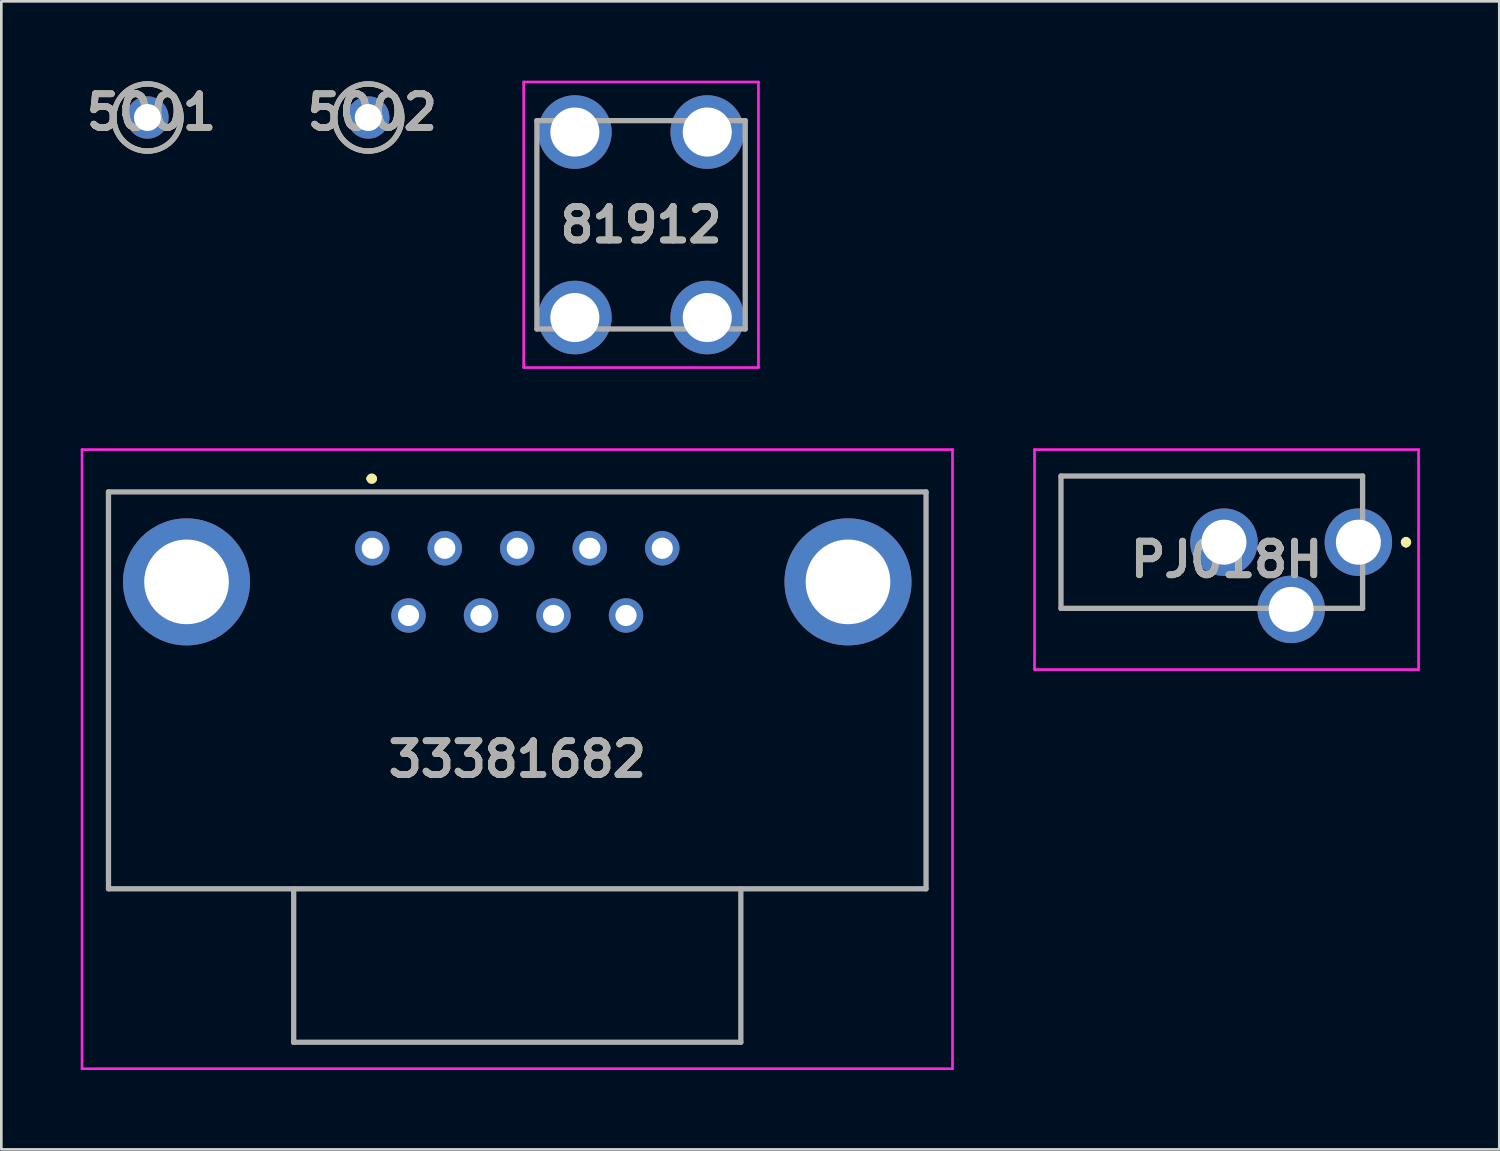
<source format=kicad_pcb>
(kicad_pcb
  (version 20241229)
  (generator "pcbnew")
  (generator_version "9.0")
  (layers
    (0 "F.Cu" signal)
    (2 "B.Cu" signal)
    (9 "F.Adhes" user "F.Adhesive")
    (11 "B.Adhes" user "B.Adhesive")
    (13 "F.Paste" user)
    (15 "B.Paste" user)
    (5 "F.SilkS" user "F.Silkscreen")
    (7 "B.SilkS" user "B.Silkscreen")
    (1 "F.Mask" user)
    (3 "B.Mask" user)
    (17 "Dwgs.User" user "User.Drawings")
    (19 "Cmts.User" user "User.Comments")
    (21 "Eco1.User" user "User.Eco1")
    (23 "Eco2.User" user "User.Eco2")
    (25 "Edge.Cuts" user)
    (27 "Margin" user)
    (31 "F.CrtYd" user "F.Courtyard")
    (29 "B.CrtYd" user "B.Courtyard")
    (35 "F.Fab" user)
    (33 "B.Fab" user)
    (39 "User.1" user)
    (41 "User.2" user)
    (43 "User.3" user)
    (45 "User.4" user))
  (footprint "PJ018H"
    (layer "F.Cu")
    (at 48.29 17.442)
    (property "Reference" "PJ018H" (at -4.982 0.657 0) (layer "F.SilkS") (effects (font (size 1.27 1.27) (thickness 0.254))))
    (attr through_hole)
    (fp_line (start -11.24 -2.5) (end -11.24 2.54) (stroke (width 0.1) (type solid)) (layer "F.SilkS"))
    (fp_line (start -11.24 2.54) (end -4.24 2.5) (stroke (width 0.1) (type solid)) (layer "F.SilkS"))
    (fp_line (start 0.16 -2.5) (end -11.24 -2.5) (stroke (width 0.1) (type solid)) (layer "F.SilkS"))
    (fp_line (start 0.16 -2) (end 0.16 -2.5) (stroke (width 0.1) (type solid)) (layer "F.SilkS"))
    (fp_line (start 0.16 2) (end 0.16 2.5) (stroke (width 0.1) (type solid)) (layer "F.SilkS"))
    (fp_line (start 0.16 2.5) (end -0.74 2.5) (stroke (width 0.1) (type solid)) (layer "F.SilkS"))
    (fp_line (start 1.8 -0.1) (end 1.8 -0.1) (stroke (width 0.2) (type solid)) (layer "F.SilkS"))
    (fp_line (start 1.8 0.1) (end 1.8 0.1) (stroke (width 0.2) (type solid)) (layer "F.SilkS"))
    (fp_arc (start 1.8 -0.1) (mid 1.9 0) (end 1.8 0.1) (stroke (width 0.2) (type solid)) (layer "F.SilkS"))
    (fp_arc (start 1.8 0.1) (mid 1.7 0) (end 1.8 -0.1) (stroke (width 0.2) (type solid)) (layer "F.SilkS"))
    (fp_line (start -12.24 -3.5) (end 2.275 -3.5) (stroke (width 0.1) (type solid)) (layer "F.CrtYd"))
    (fp_line (start -12.24 4.815) (end -12.24 -3.5) (stroke (width 0.1) (type solid)) (layer "F.CrtYd"))
    (fp_line (start 2.275 -3.5) (end 2.275 4.815) (stroke (width 0.1) (type solid)) (layer "F.CrtYd"))
    (fp_line (start 2.275 4.815) (end -12.24 4.815) (stroke (width 0.1) (type solid)) (layer "F.CrtYd"))
    (fp_line (start -11.24 -2.5) (end 0.16 -2.5) (stroke (width 0.2) (type solid)) (layer "F.Fab"))
    (fp_line (start -11.24 2.5) (end -11.24 -2.5) (stroke (width 0.2) (type solid)) (layer "F.Fab"))
    (fp_line (start 0.16 -2.5) (end 0.16 2.5) (stroke (width 0.2) (type solid)) (layer "F.Fab"))
    (fp_line (start 0.16 2.5) (end -11.24 2.5) (stroke (width 0.2) (type solid)) (layer "F.Fab"))
    (fp_text user "${REFERENCE}" (at -4.982 0.657 0) (layer "F.Fab") (effects (font (size 1.27 1.27) (thickness 0.254))))
    (pad "1" thru_hole circle (at 0 0) (size 2.55 2.55) (drill 1.7) (layers "*.Cu" "*.Mask"))
    (pad "2" thru_hole circle (at -5.08 0) (size 2.55 2.55) (drill 1.7) (layers "*.Cu" "*.Mask"))
    (pad "3" thru_hole circle (at -2.54 2.54) (size 2.55 2.55) (drill 1.7) (layers "*.Cu" "*.Mask")))
  (footprint "81912"
    (layer "F.Cu")
    (at 18.677 1.941)
    (property "Reference" "81912" (at 2.502 3.505 0) (layer "F.SilkS") (effects (font (size 1.27 1.27) (thickness 0.254))))
    (attr through_hole)
    (fp_line (start -1.435 1.505) (end -1.435 5.505) (stroke (width 0.1) (type solid)) (layer "F.SilkS"))
    (fp_line (start 2.002 -0.432) (end 3.002 -0.432) (stroke (width 0.1) (type solid)) (layer "F.SilkS"))
    (fp_line (start 2.002 7.442) (end 3.002 7.442) (stroke (width 0.1) (type solid)) (layer "F.SilkS"))
    (fp_line (start 6.439 1.505) (end 6.439 5.505) (stroke (width 0.1) (type solid)) (layer "F.SilkS"))
    (fp_line (start -1.935 -1.891) (end 6.939 -1.891) (stroke (width 0.1) (type solid)) (layer "F.CrtYd"))
    (fp_line (start -1.935 8.901) (end -1.935 -1.891) (stroke (width 0.1) (type solid)) (layer "F.CrtYd"))
    (fp_line (start 6.939 -1.891) (end 6.939 8.901) (stroke (width 0.1) (type solid)) (layer "F.CrtYd"))
    (fp_line (start 6.939 8.901) (end -1.935 8.901) (stroke (width 0.1) (type solid)) (layer "F.CrtYd"))
    (fp_line (start -1.435 -0.432) (end 6.439 -0.432) (stroke (width 0.2) (type solid)) (layer "F.Fab"))
    (fp_line (start -1.435 7.442) (end -1.435 -0.432) (stroke (width 0.2) (type solid)) (layer "F.Fab"))
    (fp_line (start 6.439 -0.432) (end 6.439 7.442) (stroke (width 0.2) (type solid)) (layer "F.Fab"))
    (fp_line (start 6.439 7.442) (end -1.435 7.442) (stroke (width 0.2) (type solid)) (layer "F.Fab"))
    (fp_text user "${REFERENCE}" (at 2.502 3.505 0) (layer "F.Fab") (effects (font (size 1.27 1.27) (thickness 0.254))))
    (pad "1" thru_hole circle (at 0 0) (size 2.781 2.781) (drill 1.854) (layers "*.Cu" "*.Mask"))
    (pad "2" thru_hole circle (at 5.004 0) (size 2.781 2.781) (drill 1.854) (layers "*.Cu" "*.Mask"))
    (pad "3" thru_hole circle (at 0 7.01) (size 2.781 2.781) (drill 1.854) (layers "*.Cu" "*.Mask"))
    (pad "4" thru_hole circle (at 5.004 7.01) (size 2.781 2.781) (drill 1.854) (layers "*.Cu" "*.Mask")))
  (footprint "5002"
    (layer "F.Cu")
    (at 10.868 1.391)
    (property "Reference" "5002" (at 0.151 -0.202 0) (layer "F.SilkS") (effects (font (size 1.27 1.27) (thickness 0.254))))
    (attr through_hole)
    (fp_circle (center 0 0) (end 0 1.27) (stroke (width 0.2) (type solid)) (fill no) (layer "F.SilkS"))
    (fp_circle (center 0 0) (end 0 1.27) (stroke (width 0.2) (type solid)) (fill no) (layer "F.Fab"))
    (fp_text user "${REFERENCE}" (at 0.151 -0.202 0) (layer "F.Fab") (effects (font (size 1.27 1.27) (thickness 0.254))))
    (pad "1" thru_hole circle (at 0 0) (size 1.6 1.6) (drill 1.02) (layers "*.Cu" "*.Mask")))
  (footprint "5001"
    (layer "F.Cu")
    (at 2.522 1.391)
    (property "Reference" "5001" (at 0.151 -0.202 0) (layer "F.SilkS") (effects (font (size 1.27 1.27) (thickness 0.254))))
    (attr through_hole)
    (fp_circle (center 0 0) (end 0 1.27) (stroke (width 0.2) (type solid)) (fill no) (layer "F.SilkS"))
    (fp_circle (center 0 0) (end 0 1.27) (stroke (width 0.2) (type solid)) (fill no) (layer "F.Fab"))
    (fp_text user "${REFERENCE}" (at 0.151 -0.202 0) (layer "F.Fab") (effects (font (size 1.27 1.27) (thickness 0.254))))
    (pad "1" thru_hole circle (at 0 0) (size 1.6 1.6) (drill 1.02) (layers "*.Cu" "*.Mask")))
  (footprint "33381682"
    (layer "F.Cu")
    (at 16.5 25.642)
    (property "Reference" "33381682" (at 0 0 0) (layer "F.SilkS") (effects (font (size 1.27 1.27) (thickness 0.254))))
    (attr through_hole)
    (fp_line (start -15.45 -10.1) (end 15.45 -10.1) (stroke (width 0.1) (type solid)) (layer "F.SilkS"))
    (fp_line (start -15.45 4.9) (end -15.45 -10.1) (stroke (width 0.1) (type solid)) (layer "F.SilkS"))
    (fp_line (start -8.45 4.9) (end -8.45 10.7) (stroke (width 0.1) (type solid)) (layer "F.SilkS"))
    (fp_line (start -8.45 10.7) (end 8.45 10.7) (stroke (width 0.1) (type solid)) (layer "F.SilkS"))
    (fp_line (start -5.6 -10.6) (end -5.6 -10.6) (stroke (width 0.2) (type solid)) (layer "F.SilkS"))
    (fp_line (start -5.4 -10.6) (end -5.4 -10.6) (stroke (width 0.2) (type solid)) (layer "F.SilkS"))
    (fp_line (start 8.45 10.7) (end 8.45 4.9) (stroke (width 0.1) (type solid)) (layer "F.SilkS"))
    (fp_line (start 15.45 -10.1) (end 15.45 4.9) (stroke (width 0.1) (type solid)) (layer "F.SilkS"))
    (fp_line (start 15.45 4.9) (end -15.45 4.9) (stroke (width 0.1) (type solid)) (layer "F.SilkS"))
    (fp_arc (start -5.6 -10.6) (mid -5.5 -10.7) (end -5.4 -10.6) (stroke (width 0.2) (type solid)) (layer "F.SilkS"))
    (fp_arc (start -5.4 -10.6) (mid -5.5 -10.5) (end -5.6 -10.6) (stroke (width 0.2) (type solid)) (layer "F.SilkS"))
    (fp_line (start -16.45 -11.7) (end 16.45 -11.7) (stroke (width 0.1) (type solid)) (layer "F.CrtYd"))
    (fp_line (start -16.45 11.7) (end -16.45 -11.7) (stroke (width 0.1) (type solid)) (layer "F.CrtYd"))
    (fp_line (start 16.45 -11.7) (end 16.45 11.7) (stroke (width 0.1) (type solid)) (layer "F.CrtYd"))
    (fp_line (start 16.45 11.7) (end -16.45 11.7) (stroke (width 0.1) (type solid)) (layer "F.CrtYd"))
    (fp_line (start -15.45 -10.1) (end 15.45 -10.1) (stroke (width 0.2) (type solid)) (layer "F.Fab"))
    (fp_line (start -15.45 4.9) (end -15.45 -10.1) (stroke (width 0.2) (type solid)) (layer "F.Fab"))
    (fp_line (start -8.45 4.9) (end -8.45 10.7) (stroke (width 0.2) (type solid)) (layer "F.Fab"))
    (fp_line (start -8.45 10.7) (end 8.45 10.7) (stroke (width 0.2) (type solid)) (layer "F.Fab"))
    (fp_line (start 8.45 10.7) (end 8.45 4.9) (stroke (width 0.2) (type solid)) (layer "F.Fab"))
    (fp_line (start 15.45 -10.1) (end 15.45 4.9) (stroke (width 0.2) (type solid)) (layer "F.Fab"))
    (fp_line (start 15.45 4.9) (end -15.45 4.9) (stroke (width 0.2) (type solid)) (layer "F.Fab"))
    (fp_text user "${REFERENCE}" (at 0 0 0) (layer "F.Fab") (effects (font (size 1.27 1.27) (thickness 0.254))))
    (pad "1" thru_hole circle (at -5.48 -7.97) (size 1.3 1.3) (drill 0.8) (layers "*.Cu" "*.Mask"))
    (pad "2" thru_hole circle (at -2.74 -7.97) (size 1.3 1.3) (drill 0.8) (layers "*.Cu" "*.Mask"))
    (pad "3" thru_hole circle (at 0 -7.97) (size 1.3 1.3) (drill 0.8) (layers "*.Cu" "*.Mask"))
    (pad "4" thru_hole circle (at 2.74 -7.97) (size 1.3 1.3) (drill 0.8) (layers "*.Cu" "*.Mask"))
    (pad "5" thru_hole circle (at 5.48 -7.97) (size 1.3 1.3) (drill 0.8) (layers "*.Cu" "*.Mask"))
    (pad "6" thru_hole circle (at -4.11 -5.43) (size 1.3 1.3) (drill 0.8) (layers "*.Cu" "*.Mask"))
    (pad "7" thru_hole circle (at -1.37 -5.43) (size 1.3 1.3) (drill 0.8) (layers "*.Cu" "*.Mask"))
    (pad "8" thru_hole circle (at 1.37 -5.43) (size 1.3 1.3) (drill 0.8) (layers "*.Cu" "*.Mask"))
    (pad "9" thru_hole circle (at 4.11 -5.43) (size 1.3 1.3) (drill 0.8) (layers "*.Cu" "*.Mask"))
    (pad "MH1" thru_hole circle (at -12.5 -6.7) (size 4.8 4.8) (drill 3.2) (layers "*.Cu" "*.Mask"))
    (pad "MH2" thru_hole circle (at 12.5 -6.7) (size 4.8 4.8) (drill 3.2) (layers "*.Cu" "*.Mask")))
  (gr_rect
    (start -3 -3)
    (end 53.615 40.392)
    (stroke (width 0.1) (type default))
    (fill no)
    (layer "Edge.Cuts")))
</source>
